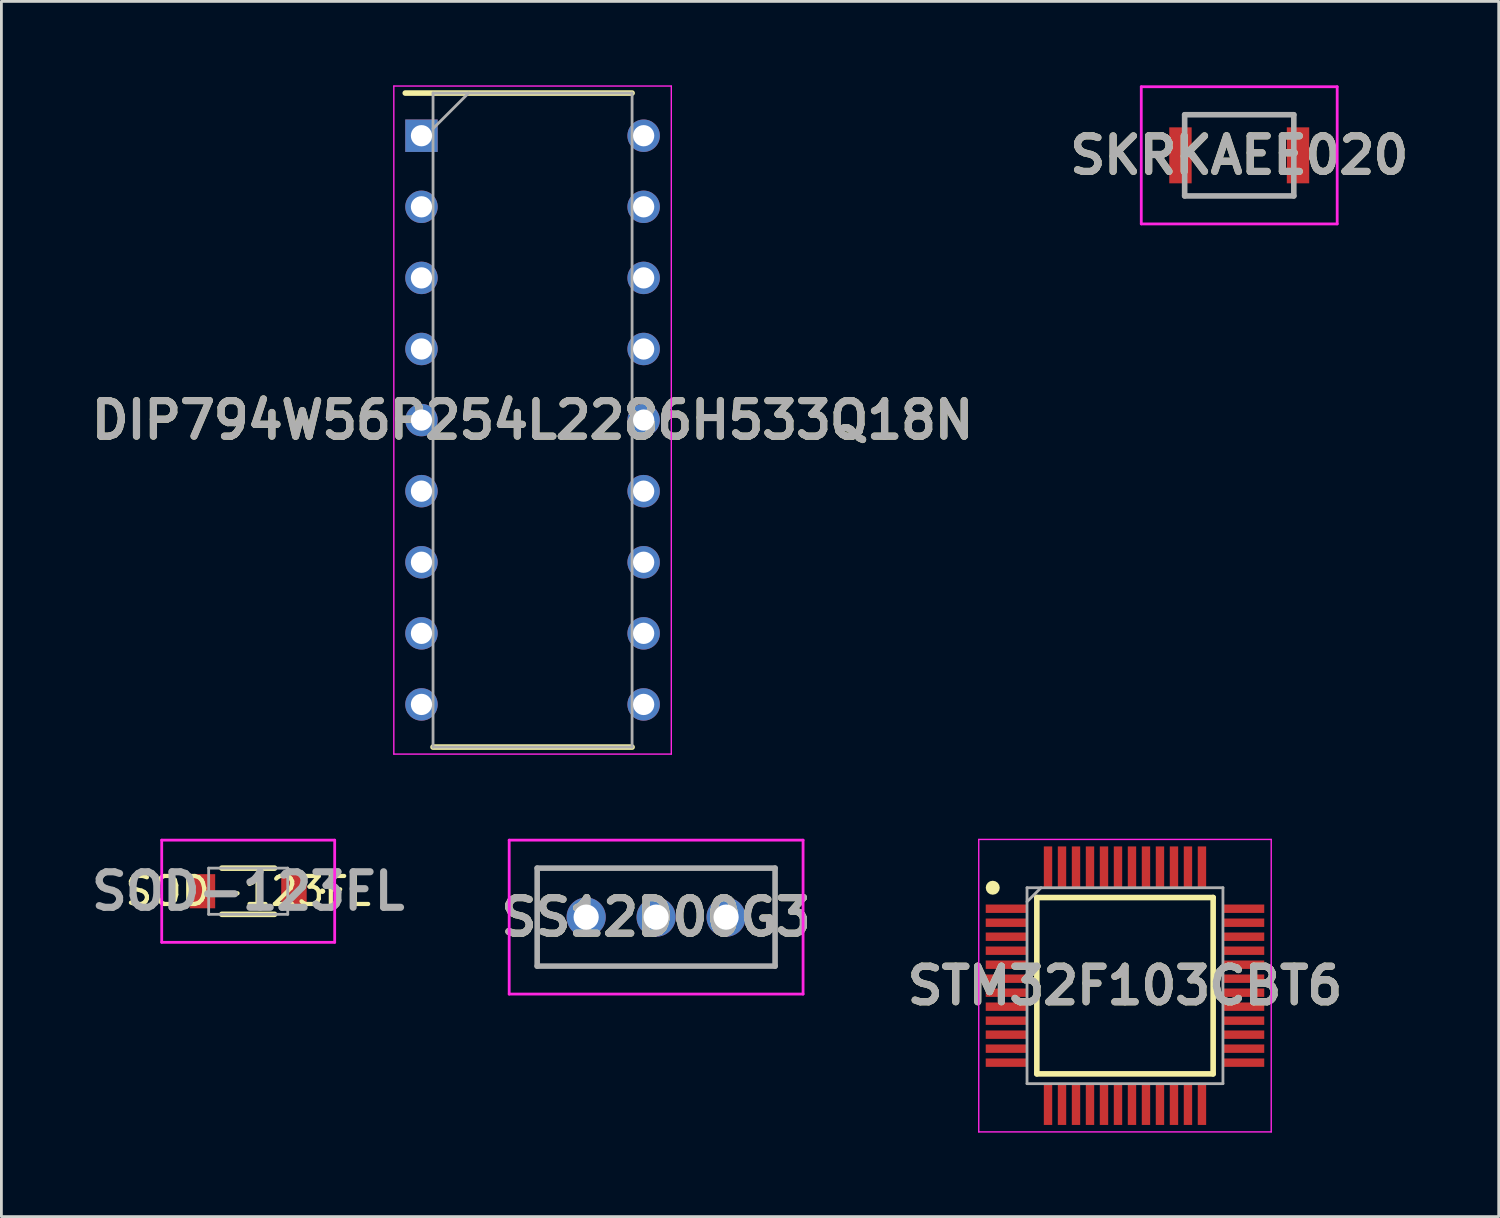
<source format=kicad_pcb>
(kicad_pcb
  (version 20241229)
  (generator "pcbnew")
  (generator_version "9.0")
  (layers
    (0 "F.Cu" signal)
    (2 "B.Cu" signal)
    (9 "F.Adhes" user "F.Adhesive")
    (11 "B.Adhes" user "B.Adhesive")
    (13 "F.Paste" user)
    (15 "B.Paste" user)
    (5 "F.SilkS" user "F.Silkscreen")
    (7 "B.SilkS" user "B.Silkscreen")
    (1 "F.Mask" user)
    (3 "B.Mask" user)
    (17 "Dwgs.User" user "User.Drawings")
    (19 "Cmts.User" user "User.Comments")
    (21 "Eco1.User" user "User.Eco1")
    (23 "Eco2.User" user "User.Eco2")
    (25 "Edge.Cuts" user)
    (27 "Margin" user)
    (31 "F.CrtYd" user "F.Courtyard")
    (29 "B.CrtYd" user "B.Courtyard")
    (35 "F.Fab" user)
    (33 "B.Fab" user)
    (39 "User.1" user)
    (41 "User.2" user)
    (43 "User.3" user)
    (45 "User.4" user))
  (footprint "SKRKAEE020"
    (layer "F.Cu")
    (at 41.227 2.5)
    (property "Reference" "SKRKAEE020" (at 0 0 0) (layer "F.SilkS") (effects (font (size 1.27 1.27) (thickness 0.254))))
    (attr smd)
    (fp_line (start -1.95 -1.45) (end 1.95 -1.45) (stroke (width 0.1) (type solid)) (layer "F.SilkS"))
    (fp_line (start -1.95 1.45) (end 1.95 1.45) (stroke (width 0.1) (type solid)) (layer "F.SilkS"))
    (fp_line (start -3.5 -2.45) (end 3.5 -2.45) (stroke (width 0.1) (type solid)) (layer "F.CrtYd"))
    (fp_line (start -3.5 2.45) (end -3.5 -2.45) (stroke (width 0.1) (type solid)) (layer "F.CrtYd"))
    (fp_line (start 3.5 -2.45) (end 3.5 2.45) (stroke (width 0.1) (type solid)) (layer "F.CrtYd"))
    (fp_line (start 3.5 2.45) (end -3.5 2.45) (stroke (width 0.1) (type solid)) (layer "F.CrtYd"))
    (fp_line (start -1.95 -1.45) (end 1.95 -1.45) (stroke (width 0.2) (type solid)) (layer "F.Fab"))
    (fp_line (start -1.95 1.45) (end -1.95 -1.45) (stroke (width 0.2) (type solid)) (layer "F.Fab"))
    (fp_line (start 1.95 -1.45) (end 1.95 1.45) (stroke (width 0.2) (type solid)) (layer "F.Fab"))
    (fp_line (start 1.95 1.45) (end -1.95 1.45) (stroke (width 0.2) (type solid)) (layer "F.Fab"))
    (fp_text user "${REFERENCE}" (at 0 0 0) (layer "F.Fab") (effects (font (size 1.27 1.27) (thickness 0.254))))
    (pad "1" smd rect (at -2.1 0) (size 0.8 2) (layers "F.Cu" "F.Mask" "F.Paste"))
    (pad "2" smd rect (at 2.1 0) (size 0.8 2) (layers "F.Cu" "F.Mask" "F.Paste")))
  (footprint "SOD-123FL"
    (layer "F.Cu")
    (at 5.818 28.793)
    (property "Reference" "SOD-123FL" (at 0 0 0) (layer "F.SilkS") (effects (font (size 1 1) (thickness 0.15))))
    (attr smd)
    (fp_line (start 0.942 -0.825) (end -0.942 -0.825) (stroke (width 0.2) (type solid)) (layer "F.SilkS"))
    (fp_line (start 0.942 0.825) (end -0.942 0.825) (stroke (width 0.2) (type solid)) (layer "F.SilkS"))
    (fp_line (start 2.6 0) (end 2.6 0) (stroke (width 0.1) (type solid)) (layer "F.SilkS"))
    (fp_line (start 2.7 0) (end 2.7 0) (stroke (width 0.1) (type solid)) (layer "F.SilkS"))
    (fp_arc (start 2.6 0) (mid 2.65 -0.05) (end 2.7 0) (stroke (width 0.1) (type solid)) (layer "F.SilkS"))
    (fp_arc (start 2.7 0) (mid 2.65 0.05) (end 2.6 0) (stroke (width 0.1) (type solid)) (layer "F.SilkS"))
    (fp_line (start -3.09 -1.825) (end -3.09 1.825) (stroke (width 0.1) (type solid)) (layer "F.CrtYd"))
    (fp_line (start -3.09 1.825) (end 3.09 1.825) (stroke (width 0.1) (type solid)) (layer "F.CrtYd"))
    (fp_line (start 3.09 -1.825) (end -3.09 -1.825) (stroke (width 0.1) (type solid)) (layer "F.CrtYd"))
    (fp_line (start 3.09 1.825) (end 3.09 -1.825) (stroke (width 0.1) (type solid)) (layer "F.CrtYd"))
    (fp_line (start -1.413 -0.825) (end -1.413 0.825) (stroke (width 0.1) (type solid)) (layer "F.Fab"))
    (fp_line (start -1.413 0.825) (end 1.413 0.825) (stroke (width 0.1) (type solid)) (layer "F.Fab"))
    (fp_line (start 1.413 -0.825) (end -1.413 -0.825) (stroke (width 0.1) (type solid)) (layer "F.Fab"))
    (fp_line (start 1.413 0.825) (end 1.413 -0.825) (stroke (width 0.1) (type solid)) (layer "F.Fab"))
    (fp_text user "${REFERENCE}" (at 0 0 0) (layer "F.Fab") (effects (font (size 1.27 1.27) (thickness 0.254))))
    (pad "1" smd rect (at 1.635 0) (size 0.91 1.22) (layers "F.Cu" "F.Mask" "F.Paste"))
    (pad "2" smd rect (at -1.635 0) (size 0.91 1.22) (layers "F.Cu" "F.Mask" "F.Paste")))
  (footprint "SS12D00G3"
    (layer "F.Cu")
    (at 20.393 29.718)
    (property "Reference" "SS12D00G3" (at 0 0 0) (layer "F.SilkS") (effects (font (size 1.27 1.27) (thickness 0.254))))
    (attr through_hole)
    (fp_line (start -4.25 -1.75) (end 4.25 -1.75) (stroke (width 0.1) (type solid)) (layer "F.SilkS"))
    (fp_line (start -4.25 1.75) (end -4.25 -1.75) (stroke (width 0.1) (type solid)) (layer "F.SilkS"))
    (fp_line (start 4.25 -1.75) (end 4.25 1.75) (stroke (width 0.1) (type solid)) (layer "F.SilkS"))
    (fp_line (start 4.25 1.75) (end -4.25 1.75) (stroke (width 0.1) (type solid)) (layer "F.SilkS"))
    (fp_line (start -5.25 -2.75) (end 5.25 -2.75) (stroke (width 0.1) (type solid)) (layer "F.CrtYd"))
    (fp_line (start -5.25 2.75) (end -5.25 -2.75) (stroke (width 0.1) (type solid)) (layer "F.CrtYd"))
    (fp_line (start 5.25 -2.75) (end 5.25 2.75) (stroke (width 0.1) (type solid)) (layer "F.CrtYd"))
    (fp_line (start 5.25 2.75) (end -5.25 2.75) (stroke (width 0.1) (type solid)) (layer "F.CrtYd"))
    (fp_line (start -4.25 -1.75) (end 4.25 -1.75) (stroke (width 0.2) (type solid)) (layer "F.Fab"))
    (fp_line (start -4.25 1.75) (end -4.25 -1.75) (stroke (width 0.2) (type solid)) (layer "F.Fab"))
    (fp_line (start 4.25 -1.75) (end 4.25 1.75) (stroke (width 0.2) (type solid)) (layer "F.Fab"))
    (fp_line (start 4.25 1.75) (end -4.25 1.75) (stroke (width 0.2) (type solid)) (layer "F.Fab"))
    (fp_text user "${REFERENCE}" (at 0 0 0) (layer "F.Fab") (effects (font (size 1.27 1.27) (thickness 0.254))))
    (pad "1" thru_hole circle (at -2.5 0) (size 1.4 1.4) (drill 0.9) (layers "*.Cu" "*.Mask"))
    (pad "2" thru_hole circle (at 0 0) (size 1.4 1.4) (drill 0.9) (layers "*.Cu" "*.Mask"))
    (pad "3" thru_hole circle (at 2.5 0) (size 1.4 1.4) (drill 0.9) (layers "*.Cu" "*.Mask")))
  (footprint "DIP794W56P254L2286H533Q18N"
    (layer "F.Cu")
    (at 15.978 11.959)
    (property "Reference" "DIP794W56P254L2286H533Q18N" (at 0 0 0) (layer "F.SilkS") (effects (font (size 1.27 1.27) (thickness 0.254))))
    (attr through_hole)
    (fp_line (start -4.548 -11.684) (end 3.556 -11.684) (stroke (width 0.2) (type solid)) (layer "F.SilkS"))
    (fp_line (start -3.556 11.684) (end 3.556 11.684) (stroke (width 0.2) (type solid)) (layer "F.SilkS"))
    (fp_line (start -4.957 -11.934) (end 4.957 -11.934) (stroke (width 0.05) (type solid)) (layer "F.CrtYd"))
    (fp_line (start -4.957 11.934) (end -4.957 -11.934) (stroke (width 0.05) (type solid)) (layer "F.CrtYd"))
    (fp_line (start 4.957 -11.934) (end 4.957 11.934) (stroke (width 0.05) (type solid)) (layer "F.CrtYd"))
    (fp_line (start 4.957 11.934) (end -4.957 11.934) (stroke (width 0.05) (type solid)) (layer "F.CrtYd"))
    (fp_line (start -3.556 -11.684) (end 3.556 -11.684) (stroke (width 0.1) (type solid)) (layer "F.Fab"))
    (fp_line (start -3.556 -10.414) (end -2.286 -11.684) (stroke (width 0.1) (type solid)) (layer "F.Fab"))
    (fp_line (start -3.556 11.684) (end -3.556 -11.684) (stroke (width 0.1) (type solid)) (layer "F.Fab"))
    (fp_line (start 3.556 -11.684) (end 3.556 11.684) (stroke (width 0.1) (type solid)) (layer "F.Fab"))
    (fp_line (start 3.556 11.684) (end -3.556 11.684) (stroke (width 0.1) (type solid)) (layer "F.Fab"))
    (fp_text user "${REFERENCE}" (at 0 0 0) (layer "F.Fab") (effects (font (size 1.27 1.27) (thickness 0.254))))
    (pad "1" thru_hole rect (at -3.969 -10.16) (size 1.159 1.159) (drill 0.759) (layers "*.Cu" "*.Mask"))
    (pad "2" thru_hole circle (at -3.969 -7.62) (size 1.159 1.159) (drill 0.759) (layers "*.Cu" "*.Mask"))
    (pad "3" thru_hole circle (at -3.969 -5.08) (size 1.159 1.159) (drill 0.759) (layers "*.Cu" "*.Mask"))
    (pad "4" thru_hole circle (at -3.969 -2.54) (size 1.159 1.159) (drill 0.759) (layers "*.Cu" "*.Mask"))
    (pad "5" thru_hole circle (at -3.969 0) (size 1.159 1.159) (drill 0.759) (layers "*.Cu" "*.Mask"))
    (pad "6" thru_hole circle (at -3.969 2.54) (size 1.159 1.159) (drill 0.759) (layers "*.Cu" "*.Mask"))
    (pad "7" thru_hole circle (at -3.969 5.08) (size 1.159 1.159) (drill 0.759) (layers "*.Cu" "*.Mask"))
    (pad "8" thru_hole circle (at -3.969 7.62) (size 1.159 1.159) (drill 0.759) (layers "*.Cu" "*.Mask"))
    (pad "9" thru_hole circle (at -3.969 10.16) (size 1.159 1.159) (drill 0.759) (layers "*.Cu" "*.Mask"))
    (pad "10" thru_hole circle (at 3.969 10.16) (size 1.159 1.159) (drill 0.759) (layers "*.Cu" "*.Mask"))
    (pad "11" thru_hole circle (at 3.969 7.62) (size 1.159 1.159) (drill 0.759) (layers "*.Cu" "*.Mask"))
    (pad "12" thru_hole circle (at 3.969 5.08) (size 1.159 1.159) (drill 0.759) (layers "*.Cu" "*.Mask"))
    (pad "13" thru_hole circle (at 3.969 2.54) (size 1.159 1.159) (drill 0.759) (layers "*.Cu" "*.Mask"))
    (pad "14" thru_hole circle (at 3.969 0) (size 1.159 1.159) (drill 0.759) (layers "*.Cu" "*.Mask"))
    (pad "15" thru_hole circle (at 3.969 -2.54) (size 1.159 1.159) (drill 0.759) (layers "*.Cu" "*.Mask"))
    (pad "16" thru_hole circle (at 3.969 -5.08) (size 1.159 1.159) (drill 0.759) (layers "*.Cu" "*.Mask"))
    (pad "17" thru_hole circle (at 3.969 -7.62) (size 1.159 1.159) (drill 0.759) (layers "*.Cu" "*.Mask"))
    (pad "18" thru_hole circle (at 3.969 -10.16) (size 1.159 1.159) (drill 0.759) (layers "*.Cu" "*.Mask")))
  (footprint "STM32F103CBT6"
    (layer "F.Cu")
    (at 37.145 32.168)
    (property "Reference" "STM32F103CBT6" (at 0 0 0) (layer "F.SilkS") (effects (font (size 1.27 1.27) (thickness 0.254))))
    (attr smd)
    (fp_line (start -3.15 -3.15) (end 3.15 -3.15) (stroke (width 0.2) (type solid)) (layer "F.SilkS"))
    (fp_line (start -3.15 3.15) (end -3.15 -3.15) (stroke (width 0.2) (type solid)) (layer "F.SilkS"))
    (fp_line (start 3.15 -3.15) (end 3.15 3.15) (stroke (width 0.2) (type solid)) (layer "F.SilkS"))
    (fp_line (start 3.15 3.15) (end -3.15 3.15) (stroke (width 0.2) (type solid)) (layer "F.SilkS"))
    (fp_circle (center -4.725 -3.5) (end -4.725 -3.375) (stroke (width 0.25) (type solid)) (fill no) (layer "F.SilkS"))
    (fp_line (start -5.225 -5.225) (end 5.225 -5.225) (stroke (width 0.05) (type solid)) (layer "F.CrtYd"))
    (fp_line (start -5.225 5.225) (end -5.225 -5.225) (stroke (width 0.05) (type solid)) (layer "F.CrtYd"))
    (fp_line (start 5.225 -5.225) (end 5.225 5.225) (stroke (width 0.05) (type solid)) (layer "F.CrtYd"))
    (fp_line (start 5.225 5.225) (end -5.225 5.225) (stroke (width 0.05) (type solid)) (layer "F.CrtYd"))
    (fp_line (start -3.5 -3.5) (end 3.5 -3.5) (stroke (width 0.1) (type solid)) (layer "F.Fab"))
    (fp_line (start -3.5 -3) (end -3 -3.5) (stroke (width 0.1) (type solid)) (layer "F.Fab"))
    (fp_line (start -3.5 3.5) (end -3.5 -3.5) (stroke (width 0.1) (type solid)) (layer "F.Fab"))
    (fp_line (start 3.5 -3.5) (end 3.5 3.5) (stroke (width 0.1) (type solid)) (layer "F.Fab"))
    (fp_line (start 3.5 3.5) (end -3.5 3.5) (stroke (width 0.1) (type solid)) (layer "F.Fab"))
    (fp_text user "${REFERENCE}" (at 0 0 0) (layer "F.Fab") (effects (font (size 1.27 1.27) (thickness 0.254))))
    (pad "1" smd rect (at -4.238 -2.75 90) (size 0.3 1.475) (layers "F.Cu" "F.Mask" "F.Paste"))
    (pad "2" smd rect (at -4.238 -2.25 90) (size 0.3 1.475) (layers "F.Cu" "F.Mask" "F.Paste"))
    (pad "3" smd rect (at -4.238 -1.75 90) (size 0.3 1.475) (layers "F.Cu" "F.Mask" "F.Paste"))
    (pad "4" smd rect (at -4.238 -1.25 90) (size 0.3 1.475) (layers "F.Cu" "F.Mask" "F.Paste"))
    (pad "5" smd rect (at -4.238 -0.75 90) (size 0.3 1.475) (layers "F.Cu" "F.Mask" "F.Paste"))
    (pad "6" smd rect (at -4.238 -0.25 90) (size 0.3 1.475) (layers "F.Cu" "F.Mask" "F.Paste"))
    (pad "7" smd rect (at -4.238 0.25 90) (size 0.3 1.475) (layers "F.Cu" "F.Mask" "F.Paste"))
    (pad "8" smd rect (at -4.238 0.75 90) (size 0.3 1.475) (layers "F.Cu" "F.Mask" "F.Paste"))
    (pad "9" smd rect (at -4.238 1.25 90) (size 0.3 1.475) (layers "F.Cu" "F.Mask" "F.Paste"))
    (pad "10" smd rect (at -4.238 1.75 90) (size 0.3 1.475) (layers "F.Cu" "F.Mask" "F.Paste"))
    (pad "11" smd rect (at -4.238 2.25 90) (size 0.3 1.475) (layers "F.Cu" "F.Mask" "F.Paste"))
    (pad "12" smd rect (at -4.238 2.75 90) (size 0.3 1.475) (layers "F.Cu" "F.Mask" "F.Paste"))
    (pad "13" smd rect (at -2.75 4.238) (size 0.3 1.475) (layers "F.Cu" "F.Mask" "F.Paste"))
    (pad "14" smd rect (at -2.25 4.238) (size 0.3 1.475) (layers "F.Cu" "F.Mask" "F.Paste"))
    (pad "15" smd rect (at -1.75 4.238) (size 0.3 1.475) (layers "F.Cu" "F.Mask" "F.Paste"))
    (pad "16" smd rect (at -1.25 4.238) (size 0.3 1.475) (layers "F.Cu" "F.Mask" "F.Paste"))
    (pad "17" smd rect (at -0.75 4.238) (size 0.3 1.475) (layers "F.Cu" "F.Mask" "F.Paste"))
    (pad "18" smd rect (at -0.25 4.238) (size 0.3 1.475) (layers "F.Cu" "F.Mask" "F.Paste"))
    (pad "19" smd rect (at 0.25 4.238) (size 0.3 1.475) (layers "F.Cu" "F.Mask" "F.Paste"))
    (pad "20" smd rect (at 0.75 4.238) (size 0.3 1.475) (layers "F.Cu" "F.Mask" "F.Paste"))
    (pad "21" smd rect (at 1.25 4.238) (size 0.3 1.475) (layers "F.Cu" "F.Mask" "F.Paste"))
    (pad "22" smd rect (at 1.75 4.238) (size 0.3 1.475) (layers "F.Cu" "F.Mask" "F.Paste"))
    (pad "23" smd rect (at 2.25 4.238) (size 0.3 1.475) (layers "F.Cu" "F.Mask" "F.Paste"))
    (pad "24" smd rect (at 2.75 4.238) (size 0.3 1.475) (layers "F.Cu" "F.Mask" "F.Paste"))
    (pad "25" smd rect (at 4.238 2.75 90) (size 0.3 1.475) (layers "F.Cu" "F.Mask" "F.Paste"))
    (pad "26" smd rect (at 4.238 2.25 90) (size 0.3 1.475) (layers "F.Cu" "F.Mask" "F.Paste"))
    (pad "27" smd rect (at 4.238 1.75 90) (size 0.3 1.475) (layers "F.Cu" "F.Mask" "F.Paste"))
    (pad "28" smd rect (at 4.238 1.25 90) (size 0.3 1.475) (layers "F.Cu" "F.Mask" "F.Paste"))
    (pad "29" smd rect (at 4.238 0.75 90) (size 0.3 1.475) (layers "F.Cu" "F.Mask" "F.Paste"))
    (pad "30" smd rect (at 4.238 0.25 90) (size 0.3 1.475) (layers "F.Cu" "F.Mask" "F.Paste"))
    (pad "31" smd rect (at 4.238 -0.25 90) (size 0.3 1.475) (layers "F.Cu" "F.Mask" "F.Paste"))
    (pad "32" smd rect (at 4.238 -0.75 90) (size 0.3 1.475) (layers "F.Cu" "F.Mask" "F.Paste"))
    (pad "33" smd rect (at 4.238 -1.25 90) (size 0.3 1.475) (layers "F.Cu" "F.Mask" "F.Paste"))
    (pad "34" smd rect (at 4.238 -1.75 90) (size 0.3 1.475) (layers "F.Cu" "F.Mask" "F.Paste"))
    (pad "35" smd rect (at 4.238 -2.25 90) (size 0.3 1.475) (layers "F.Cu" "F.Mask" "F.Paste"))
    (pad "36" smd rect (at 4.238 -2.75 90) (size 0.3 1.475) (layers "F.Cu" "F.Mask" "F.Paste"))
    (pad "37" smd rect (at 2.75 -4.238) (size 0.3 1.475) (layers "F.Cu" "F.Mask" "F.Paste"))
    (pad "38" smd rect (at 2.25 -4.238) (size 0.3 1.475) (layers "F.Cu" "F.Mask" "F.Paste"))
    (pad "39" smd rect (at 1.75 -4.238) (size 0.3 1.475) (layers "F.Cu" "F.Mask" "F.Paste"))
    (pad "40" smd rect (at 1.25 -4.238) (size 0.3 1.475) (layers "F.Cu" "F.Mask" "F.Paste"))
    (pad "41" smd rect (at 0.75 -4.238) (size 0.3 1.475) (layers "F.Cu" "F.Mask" "F.Paste"))
    (pad "42" smd rect (at 0.25 -4.238) (size 0.3 1.475) (layers "F.Cu" "F.Mask" "F.Paste"))
    (pad "43" smd rect (at -0.25 -4.238) (size 0.3 1.475) (layers "F.Cu" "F.Mask" "F.Paste"))
    (pad "44" smd rect (at -0.75 -4.238) (size 0.3 1.475) (layers "F.Cu" "F.Mask" "F.Paste"))
    (pad "45" smd rect (at -1.25 -4.238) (size 0.3 1.475) (layers "F.Cu" "F.Mask" "F.Paste"))
    (pad "46" smd rect (at -1.75 -4.238) (size 0.3 1.475) (layers "F.Cu" "F.Mask" "F.Paste"))
    (pad "47" smd rect (at -2.25 -4.238) (size 0.3 1.475) (layers "F.Cu" "F.Mask" "F.Paste"))
    (pad "48" smd rect (at -2.75 -4.238) (size 0.3 1.475) (layers "F.Cu" "F.Mask" "F.Paste")))
  (gr_rect
    (start -3 -3)
    (end 50.498 40.418)
    (stroke (width 0.1) (type default))
    (fill no)
    (layer "Edge.Cuts")))
</source>
